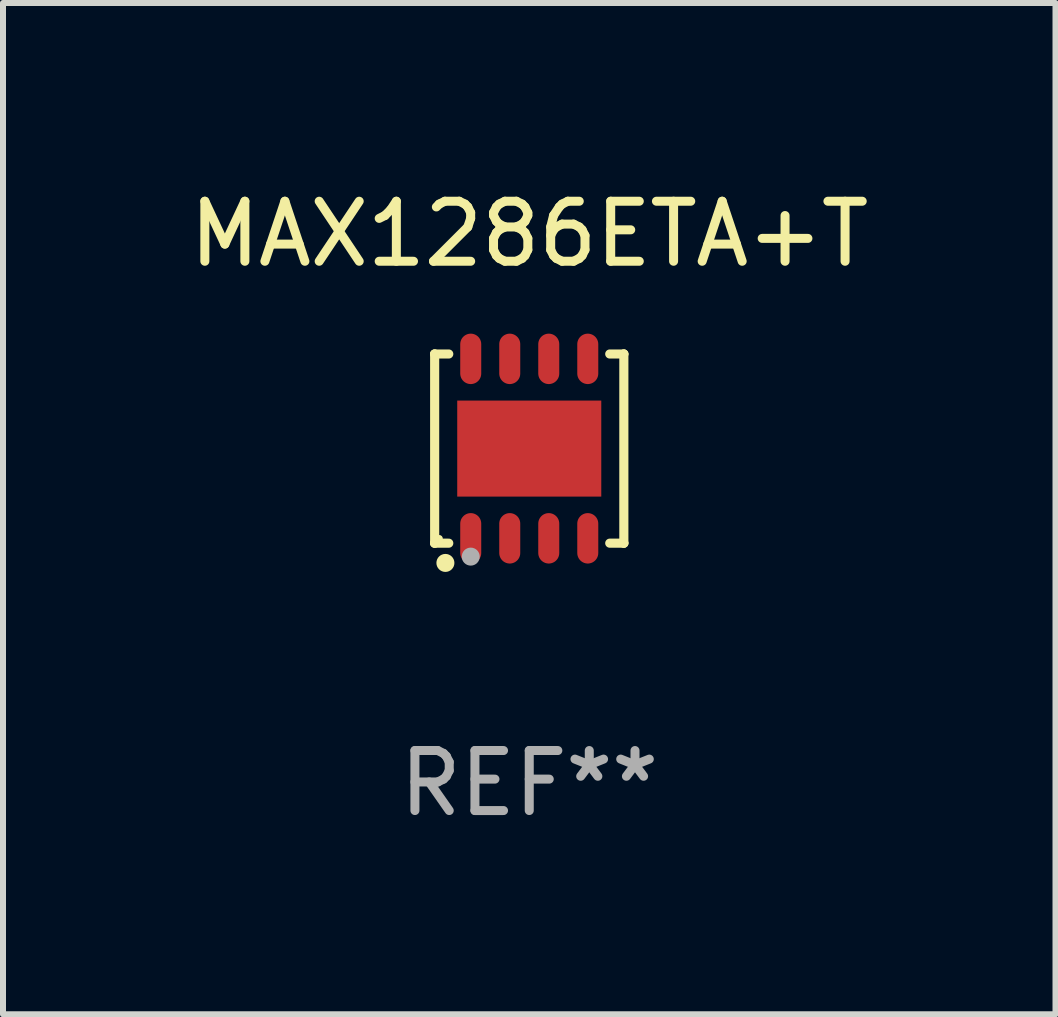
<source format=kicad_pcb>
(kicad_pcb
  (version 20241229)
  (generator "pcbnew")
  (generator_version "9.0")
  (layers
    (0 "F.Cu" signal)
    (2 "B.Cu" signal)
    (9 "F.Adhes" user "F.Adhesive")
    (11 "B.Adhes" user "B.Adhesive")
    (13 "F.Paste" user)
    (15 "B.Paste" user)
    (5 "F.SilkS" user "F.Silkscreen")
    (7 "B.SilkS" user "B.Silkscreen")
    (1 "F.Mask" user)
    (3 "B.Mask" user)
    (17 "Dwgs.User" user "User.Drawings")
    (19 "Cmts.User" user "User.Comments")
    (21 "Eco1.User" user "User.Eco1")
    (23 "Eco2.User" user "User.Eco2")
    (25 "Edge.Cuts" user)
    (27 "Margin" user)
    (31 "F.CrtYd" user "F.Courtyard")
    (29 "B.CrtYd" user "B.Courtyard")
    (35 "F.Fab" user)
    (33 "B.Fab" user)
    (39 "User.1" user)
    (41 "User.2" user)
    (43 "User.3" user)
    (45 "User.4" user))
  (footprint "MAX1286ETA+T"
    (layer "F.Cu")
    (at 5.768 4.424)
    (property "Reference" "MAX1286ETA+T" (at 0 -3.576 0) (layer "F.SilkS") (effects (font (size 1 1) (thickness 0.15))))
    (attr through_hole)
    (fp_line (start -1.576 -1.576) (end -1.576 -1.576) (stroke (width 0.152) (type solid)) (layer "F.SilkS"))
    (fp_line (start -1.576 -1.576) (end -1.341 -1.576) (stroke (width 0.152) (type solid)) (layer "F.SilkS"))
    (fp_line (start -1.576 1.576) (end -1.576 -1.576) (stroke (width 0.152) (type solid)) (layer "F.SilkS"))
    (fp_line (start -1.576 1.576) (end -1.576 1.576) (stroke (width 0.152) (type solid)) (layer "F.SilkS"))
    (fp_line (start -1.341 1.576) (end -1.576 1.576) (stroke (width 0.152) (type solid)) (layer "F.SilkS"))
    (fp_line (start 1.341 1.576) (end 1.576 1.576) (stroke (width 0.152) (type solid)) (layer "F.SilkS"))
    (fp_line (start 1.576 -1.576) (end 1.341 -1.576) (stroke (width 0.152) (type solid)) (layer "F.SilkS"))
    (fp_line (start 1.576 -1.576) (end 1.576 -1.576) (stroke (width 0.152) (type solid)) (layer "F.SilkS"))
    (fp_line (start 1.576 1.576) (end 1.576 -1.576) (stroke (width 0.152) (type solid)) (layer "F.SilkS"))
    (fp_line (start 1.576 1.576) (end 1.576 1.576) (stroke (width 0.152) (type solid)) (layer "F.SilkS"))
    (fp_circle (center -1.5 1.5) (end -1.47 1.5) (stroke (width 0.06) (type solid)) (fill no) (layer "F.SilkS"))
    (fp_circle (center -1.397 1.905) (end -1.322 1.905) (stroke (width 0.15) (type solid)) (fill no) (layer "F.SilkS"))
    (fp_circle (center -0.975 1.8) (end -0.9 1.8) (stroke (width 0.15) (type solid)) (fill no) (layer "F.Fab"))
    (fp_text user "REF**" (at 0 5.576 0) (layer "F.Fab") (effects (font (size 1 1) (thickness 0.15))))
    (pad "1" smd oval (at -0.975 1.495) (size 0.35 0.84) (layers "F.Cu" "F.Mask" "F.Paste"))
    (pad "2" smd oval (at -0.325 1.495) (size 0.35 0.84) (layers "F.Cu" "F.Mask" "F.Paste"))
    (pad "3" smd oval (at 0.325 1.495) (size 0.35 0.84) (layers "F.Cu" "F.Mask" "F.Paste"))
    (pad "4" smd oval (at 0.975 1.495) (size 0.35 0.84) (layers "F.Cu" "F.Mask" "F.Paste"))
    (pad "5" smd oval (at 0.975 -1.495) (size 0.35 0.84) (layers "F.Cu" "F.Mask" "F.Paste"))
    (pad "6" smd oval (at 0.325 -1.495) (size 0.35 0.84) (layers "F.Cu" "F.Mask" "F.Paste"))
    (pad "7" smd oval (at -0.325 -1.495) (size 0.35 0.84) (layers "F.Cu" "F.Mask" "F.Paste"))
    (pad "8" smd oval (at -0.975 -1.495) (size 0.35 0.84) (layers "F.Cu" "F.Mask" "F.Paste"))
    (pad "9" smd rect (at 0 0) (size 2.4 1.6) (layers "F.Cu" "F.Mask" "F.Paste")))
  (gr_rect
    (start -3 -3)
    (end 14.536 13.849)
    (stroke (width 0.1) (type default))
    (fill no)
    (layer "Edge.Cuts")))
</source>
